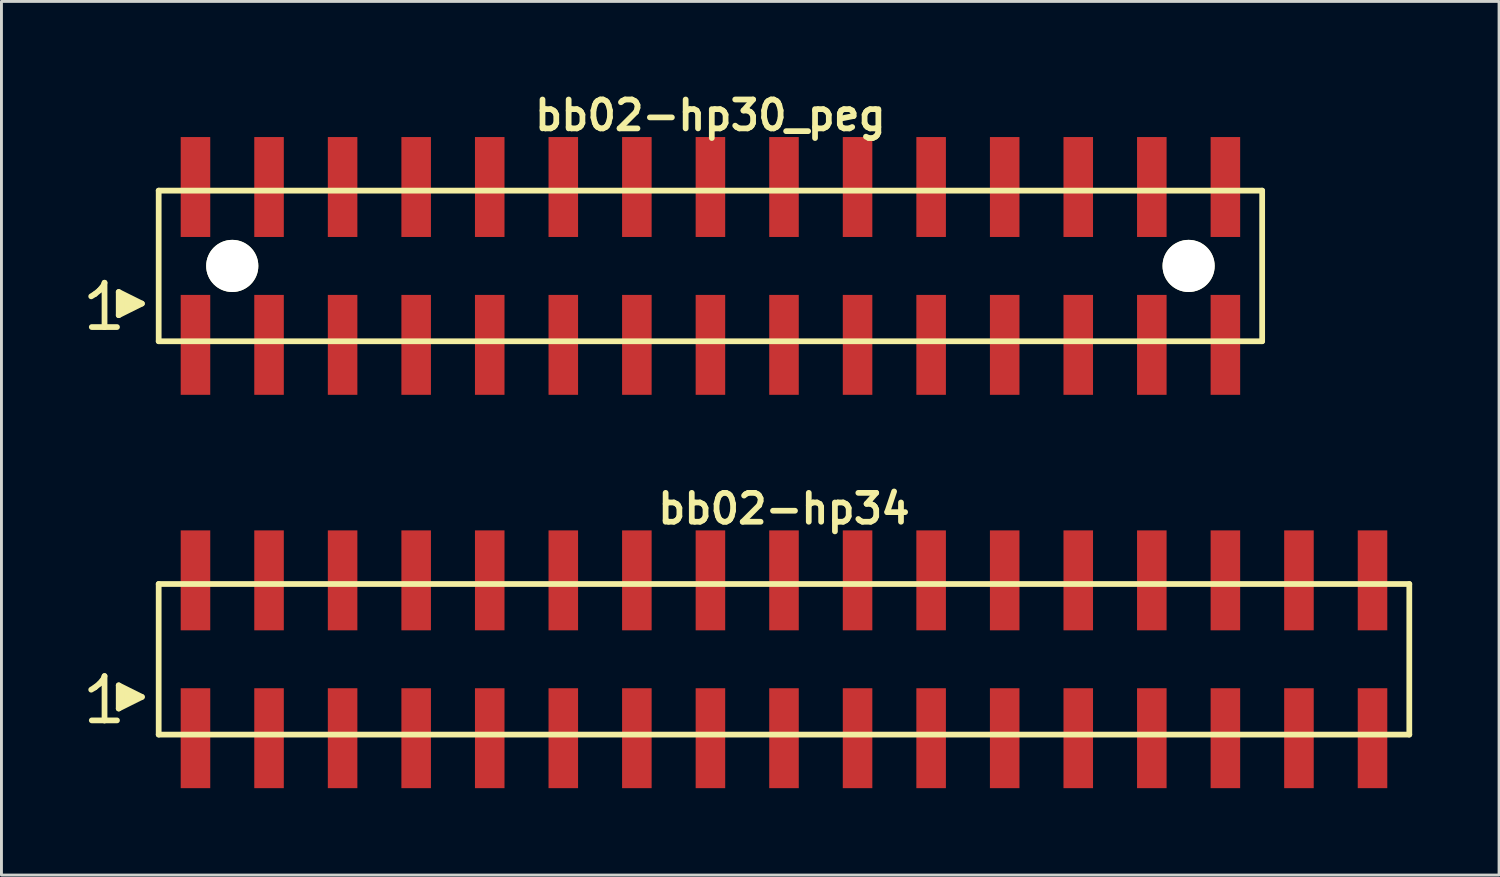
<source format=kicad_pcb>
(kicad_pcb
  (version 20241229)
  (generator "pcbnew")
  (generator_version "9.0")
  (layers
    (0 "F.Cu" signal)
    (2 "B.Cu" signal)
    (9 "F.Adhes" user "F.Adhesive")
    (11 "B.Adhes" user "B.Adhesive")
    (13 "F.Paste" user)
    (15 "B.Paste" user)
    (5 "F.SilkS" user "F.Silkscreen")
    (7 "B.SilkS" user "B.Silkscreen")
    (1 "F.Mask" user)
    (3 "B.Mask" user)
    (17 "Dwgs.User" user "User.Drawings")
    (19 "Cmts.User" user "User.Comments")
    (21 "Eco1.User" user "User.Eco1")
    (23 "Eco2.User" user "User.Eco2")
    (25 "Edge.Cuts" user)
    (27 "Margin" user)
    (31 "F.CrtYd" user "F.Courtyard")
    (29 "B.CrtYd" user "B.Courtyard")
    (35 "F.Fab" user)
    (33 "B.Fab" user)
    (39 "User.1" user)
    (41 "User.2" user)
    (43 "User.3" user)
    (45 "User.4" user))
  (footprint "bb02-hp30_peg"
    (layer "F.Cu")
    (at 21.479 6.132)
    (property "Reference" "bb02-hp30_peg" (at 0 -5.2 0) (layer "F.SilkS") (effects (font (size 0.998 0.998) (thickness 0.198))))
    (attr through_hole)
    (fp_line (start -21.38 1.05) (end -21.25 0.97) (stroke (width 0.198) (type solid)) (layer "F.SilkS"))
    (fp_line (start -21.25 0.97) (end -21.09 0.84) (stroke (width 0.198) (type solid)) (layer "F.SilkS"))
    (fp_line (start -21.09 0.84) (end -20.95 0.67) (stroke (width 0.198) (type solid)) (layer "F.SilkS"))
    (fp_line (start -20.95 0.67) (end -20.92 0.58) (stroke (width 0.198) (type solid)) (layer "F.SilkS"))
    (fp_line (start -20.92 0.58) (end -20.92 2.11) (stroke (width 0.198) (type solid)) (layer "F.SilkS"))
    (fp_line (start -20.92 2.11) (end -21.36 2.11) (stroke (width 0.198) (type solid)) (layer "F.SilkS"))
    (fp_line (start -20.49 2.11) (end -20.93 2.11) (stroke (width 0.198) (type solid)) (layer "F.SilkS"))
    (fp_line (start -20.43 0.9) (end -19.63 1.3) (stroke (width 0.198) (type solid)) (layer "F.SilkS"))
    (fp_line (start -20.43 1.7) (end -20.43 0.9) (stroke (width 0.198) (type solid)) (layer "F.SilkS"))
    (fp_line (start -20.33 1.6) (end -20.33 1) (stroke (width 0.198) (type solid)) (layer "F.SilkS"))
    (fp_line (start -20.23 1.1) (end -20.23 1.5) (stroke (width 0.198) (type solid)) (layer "F.SilkS"))
    (fp_line (start -20.13 1.5) (end -20.13 1.1) (stroke (width 0.198) (type solid)) (layer "F.SilkS"))
    (fp_line (start -20.03 1.2) (end -20.03 1.4) (stroke (width 0.198) (type solid)) (layer "F.SilkS"))
    (fp_line (start -19.93 1.4) (end -19.93 1.2) (stroke (width 0.198) (type solid)) (layer "F.SilkS"))
    (fp_line (start -19.63 1.3) (end -20.43 1.7) (stroke (width 0.198) (type solid)) (layer "F.SilkS"))
    (fp_line (start -19.05 -2.6) (end -19.05 2.6) (stroke (width 0.198) (type solid)) (layer "F.SilkS"))
    (fp_line (start -19.05 -2.6) (end 19.05 -2.6) (stroke (width 0.198) (type solid)) (layer "F.SilkS"))
    (fp_line (start 19.05 2.6) (end -19.05 2.6) (stroke (width 0.198) (type solid)) (layer "F.SilkS"))
    (fp_line (start 19.05 2.6) (end 19.05 -2.6) (stroke (width 0.198) (type solid)) (layer "F.SilkS"))
    (pad "" np_thru_hole circle (at -16.51 0) (size 1.8 1.8) (drill 1.8) (layers "*.Cu" "*.Mask" "F.SilkS"))
    (pad "" np_thru_hole circle (at 16.51 0) (size 1.8 1.8) (drill 1.8) (layers "*.Cu" "*.Mask" "F.SilkS"))
    (pad "1" smd rect (at -17.78 2.725) (size 1.02 3.45) (layers "F.Cu" "F.Mask" "F.Paste"))
    (pad "2" smd rect (at -17.78 -2.725) (size 1.02 3.45) (layers "F.Cu" "F.Mask" "F.Paste"))
    (pad "3" smd rect (at -15.24 2.725) (size 1.02 3.45) (layers "F.Cu" "F.Mask" "F.Paste"))
    (pad "4" smd rect (at -15.24 -2.725) (size 1.02 3.45) (layers "F.Cu" "F.Mask" "F.Paste"))
    (pad "5" smd rect (at -12.7 2.725) (size 1.02 3.45) (layers "F.Cu" "F.Mask" "F.Paste"))
    (pad "6" smd rect (at -12.7 -2.725) (size 1.02 3.45) (layers "F.Cu" "F.Mask" "F.Paste"))
    (pad "7" smd rect (at -10.16 2.725) (size 1.02 3.45) (layers "F.Cu" "F.Mask" "F.Paste"))
    (pad "8" smd rect (at -10.16 -2.725) (size 1.02 3.45) (layers "F.Cu" "F.Mask" "F.Paste"))
    (pad "9" smd rect (at -7.62 2.725) (size 1.02 3.45) (layers "F.Cu" "F.Mask" "F.Paste"))
    (pad "10" smd rect (at -7.62 -2.725) (size 1.02 3.45) (layers "F.Cu" "F.Mask" "F.Paste"))
    (pad "11" smd rect (at -5.08 2.725) (size 1.02 3.45) (layers "F.Cu" "F.Mask" "F.Paste"))
    (pad "12" smd rect (at -5.08 -2.725) (size 1.02 3.45) (layers "F.Cu" "F.Mask" "F.Paste"))
    (pad "13" smd rect (at -2.54 2.725) (size 1.02 3.45) (layers "F.Cu" "F.Mask" "F.Paste"))
    (pad "14" smd rect (at -2.54 -2.725) (size 1.02 3.45) (layers "F.Cu" "F.Mask" "F.Paste"))
    (pad "15" smd rect (at 0 2.725) (size 1.02 3.45) (layers "F.Cu" "F.Mask" "F.Paste"))
    (pad "16" smd rect (at 0 -2.725) (size 1.02 3.45) (layers "F.Cu" "F.Mask" "F.Paste"))
    (pad "17" smd rect (at 2.54 2.725) (size 1.02 3.45) (layers "F.Cu" "F.Mask" "F.Paste"))
    (pad "18" smd rect (at 2.54 -2.725) (size 1.02 3.45) (layers "F.Cu" "F.Mask" "F.Paste"))
    (pad "19" smd rect (at 5.08 2.725) (size 1.02 3.45) (layers "F.Cu" "F.Mask" "F.Paste"))
    (pad "20" smd rect (at 5.08 -2.725) (size 1.02 3.45) (layers "F.Cu" "F.Mask" "F.Paste"))
    (pad "21" smd rect (at 7.62 2.725) (size 1.02 3.45) (layers "F.Cu" "F.Mask" "F.Paste"))
    (pad "22" smd rect (at 7.62 -2.725) (size 1.02 3.45) (layers "F.Cu" "F.Mask" "F.Paste"))
    (pad "23" smd rect (at 10.16 2.725) (size 1.02 3.45) (layers "F.Cu" "F.Mask" "F.Paste"))
    (pad "24" smd rect (at 10.16 -2.725) (size 1.02 3.45) (layers "F.Cu" "F.Mask" "F.Paste"))
    (pad "25" smd rect (at 12.7 2.725) (size 1.02 3.45) (layers "F.Cu" "F.Mask" "F.Paste"))
    (pad "26" smd rect (at 12.7 -2.725) (size 1.02 3.45) (layers "F.Cu" "F.Mask" "F.Paste"))
    (pad "27" smd rect (at 15.24 2.725) (size 1.02 3.45) (layers "F.Cu" "F.Mask" "F.Paste"))
    (pad "28" smd rect (at 15.24 -2.725) (size 1.02 3.45) (layers "F.Cu" "F.Mask" "F.Paste"))
    (pad "29" smd rect (at 17.78 2.725) (size 1.02 3.45) (layers "F.Cu" "F.Mask" "F.Paste"))
    (pad "30" smd rect (at 17.78 -2.725) (size 1.02 3.45) (layers "F.Cu" "F.Mask" "F.Paste")))
  (footprint "bb02-hp34"
    (layer "F.Cu")
    (at 24.019 19.713)
    (property "Reference" "bb02-hp34" (at 0 -5.2 0) (layer "F.SilkS") (effects (font (size 0.998 0.998) (thickness 0.198))))
    (attr through_hole)
    (fp_line (start -23.92 1.05) (end -23.79 0.97) (stroke (width 0.198) (type solid)) (layer "F.SilkS"))
    (fp_line (start -23.79 0.97) (end -23.63 0.84) (stroke (width 0.198) (type solid)) (layer "F.SilkS"))
    (fp_line (start -23.63 0.84) (end -23.49 0.67) (stroke (width 0.198) (type solid)) (layer "F.SilkS"))
    (fp_line (start -23.49 0.67) (end -23.46 0.58) (stroke (width 0.198) (type solid)) (layer "F.SilkS"))
    (fp_line (start -23.46 0.58) (end -23.46 2.11) (stroke (width 0.198) (type solid)) (layer "F.SilkS"))
    (fp_line (start -23.46 2.11) (end -23.9 2.11) (stroke (width 0.198) (type solid)) (layer "F.SilkS"))
    (fp_line (start -23.03 2.11) (end -23.47 2.11) (stroke (width 0.198) (type solid)) (layer "F.SilkS"))
    (fp_line (start -22.97 0.9) (end -22.17 1.3) (stroke (width 0.198) (type solid)) (layer "F.SilkS"))
    (fp_line (start -22.97 1.7) (end -22.97 0.9) (stroke (width 0.198) (type solid)) (layer "F.SilkS"))
    (fp_line (start -22.87 1.6) (end -22.87 1) (stroke (width 0.198) (type solid)) (layer "F.SilkS"))
    (fp_line (start -22.77 1.1) (end -22.77 1.5) (stroke (width 0.198) (type solid)) (layer "F.SilkS"))
    (fp_line (start -22.67 1.5) (end -22.67 1.1) (stroke (width 0.198) (type solid)) (layer "F.SilkS"))
    (fp_line (start -22.57 1.2) (end -22.57 1.4) (stroke (width 0.198) (type solid)) (layer "F.SilkS"))
    (fp_line (start -22.47 1.4) (end -22.47 1.2) (stroke (width 0.198) (type solid)) (layer "F.SilkS"))
    (fp_line (start -22.17 1.3) (end -22.97 1.7) (stroke (width 0.198) (type solid)) (layer "F.SilkS"))
    (fp_line (start -21.59 -2.6) (end -21.59 2.6) (stroke (width 0.198) (type solid)) (layer "F.SilkS"))
    (fp_line (start -21.59 -2.6) (end 21.59 -2.6) (stroke (width 0.198) (type solid)) (layer "F.SilkS"))
    (fp_line (start 21.59 2.6) (end -21.59 2.6) (stroke (width 0.198) (type solid)) (layer "F.SilkS"))
    (fp_line (start 21.59 2.6) (end 21.59 -2.6) (stroke (width 0.198) (type solid)) (layer "F.SilkS"))
    (pad "1" smd rect (at -20.32 2.725) (size 1.02 3.45) (layers "F.Cu" "F.Mask" "F.Paste"))
    (pad "2" smd rect (at -20.32 -2.725) (size 1.02 3.45) (layers "F.Cu" "F.Mask" "F.Paste"))
    (pad "3" smd rect (at -17.78 2.725) (size 1.02 3.45) (layers "F.Cu" "F.Mask" "F.Paste"))
    (pad "4" smd rect (at -17.78 -2.725) (size 1.02 3.45) (layers "F.Cu" "F.Mask" "F.Paste"))
    (pad "5" smd rect (at -15.24 2.725) (size 1.02 3.45) (layers "F.Cu" "F.Mask" "F.Paste"))
    (pad "6" smd rect (at -15.24 -2.725) (size 1.02 3.45) (layers "F.Cu" "F.Mask" "F.Paste"))
    (pad "7" smd rect (at -12.7 2.725) (size 1.02 3.45) (layers "F.Cu" "F.Mask" "F.Paste"))
    (pad "8" smd rect (at -12.7 -2.725) (size 1.02 3.45) (layers "F.Cu" "F.Mask" "F.Paste"))
    (pad "9" smd rect (at -10.16 2.725) (size 1.02 3.45) (layers "F.Cu" "F.Mask" "F.Paste"))
    (pad "10" smd rect (at -10.16 -2.725) (size 1.02 3.45) (layers "F.Cu" "F.Mask" "F.Paste"))
    (pad "11" smd rect (at -7.62 2.725) (size 1.02 3.45) (layers "F.Cu" "F.Mask" "F.Paste"))
    (pad "12" smd rect (at -7.62 -2.725) (size 1.02 3.45) (layers "F.Cu" "F.Mask" "F.Paste"))
    (pad "13" smd rect (at -5.08 2.725) (size 1.02 3.45) (layers "F.Cu" "F.Mask" "F.Paste"))
    (pad "14" smd rect (at -5.08 -2.725) (size 1.02 3.45) (layers "F.Cu" "F.Mask" "F.Paste"))
    (pad "15" smd rect (at -2.54 2.725) (size 1.02 3.45) (layers "F.Cu" "F.Mask" "F.Paste"))
    (pad "16" smd rect (at -2.54 -2.725) (size 1.02 3.45) (layers "F.Cu" "F.Mask" "F.Paste"))
    (pad "17" smd rect (at 0 2.725) (size 1.02 3.45) (layers "F.Cu" "F.Mask" "F.Paste"))
    (pad "18" smd rect (at 0 -2.725) (size 1.02 3.45) (layers "F.Cu" "F.Mask" "F.Paste"))
    (pad "19" smd rect (at 2.54 2.725) (size 1.02 3.45) (layers "F.Cu" "F.Mask" "F.Paste"))
    (pad "20" smd rect (at 2.54 -2.725) (size 1.02 3.45) (layers "F.Cu" "F.Mask" "F.Paste"))
    (pad "21" smd rect (at 5.08 2.725) (size 1.02 3.45) (layers "F.Cu" "F.Mask" "F.Paste"))
    (pad "22" smd rect (at 5.08 -2.725) (size 1.02 3.45) (layers "F.Cu" "F.Mask" "F.Paste"))
    (pad "23" smd rect (at 7.62 2.725) (size 1.02 3.45) (layers "F.Cu" "F.Mask" "F.Paste"))
    (pad "24" smd rect (at 7.62 -2.725) (size 1.02 3.45) (layers "F.Cu" "F.Mask" "F.Paste"))
    (pad "25" smd rect (at 10.16 2.725) (size 1.02 3.45) (layers "F.Cu" "F.Mask" "F.Paste"))
    (pad "26" smd rect (at 10.16 -2.725) (size 1.02 3.45) (layers "F.Cu" "F.Mask" "F.Paste"))
    (pad "27" smd rect (at 12.7 2.725) (size 1.02 3.45) (layers "F.Cu" "F.Mask" "F.Paste"))
    (pad "28" smd rect (at 12.7 -2.725) (size 1.02 3.45) (layers "F.Cu" "F.Mask" "F.Paste"))
    (pad "29" smd rect (at 15.24 2.725) (size 1.02 3.45) (layers "F.Cu" "F.Mask" "F.Paste"))
    (pad "30" smd rect (at 15.24 -2.725) (size 1.02 3.45) (layers "F.Cu" "F.Mask" "F.Paste"))
    (pad "31" smd rect (at 17.78 2.725) (size 1.02 3.45) (layers "F.Cu" "F.Mask" "F.Paste"))
    (pad "32" smd rect (at 17.78 -2.725) (size 1.02 3.45) (layers "F.Cu" "F.Mask" "F.Paste"))
    (pad "33" smd rect (at 20.32 2.725) (size 1.02 3.45) (layers "F.Cu" "F.Mask" "F.Paste"))
    (pad "34" smd rect (at 20.32 -2.725) (size 1.02 3.45) (layers "F.Cu" "F.Mask" "F.Paste")))
  (gr_rect
    (start -3 -3)
    (end 48.708 27.163)
    (stroke (width 0.1) (type default))
    (fill no)
    (layer "Edge.Cuts")))
</source>
